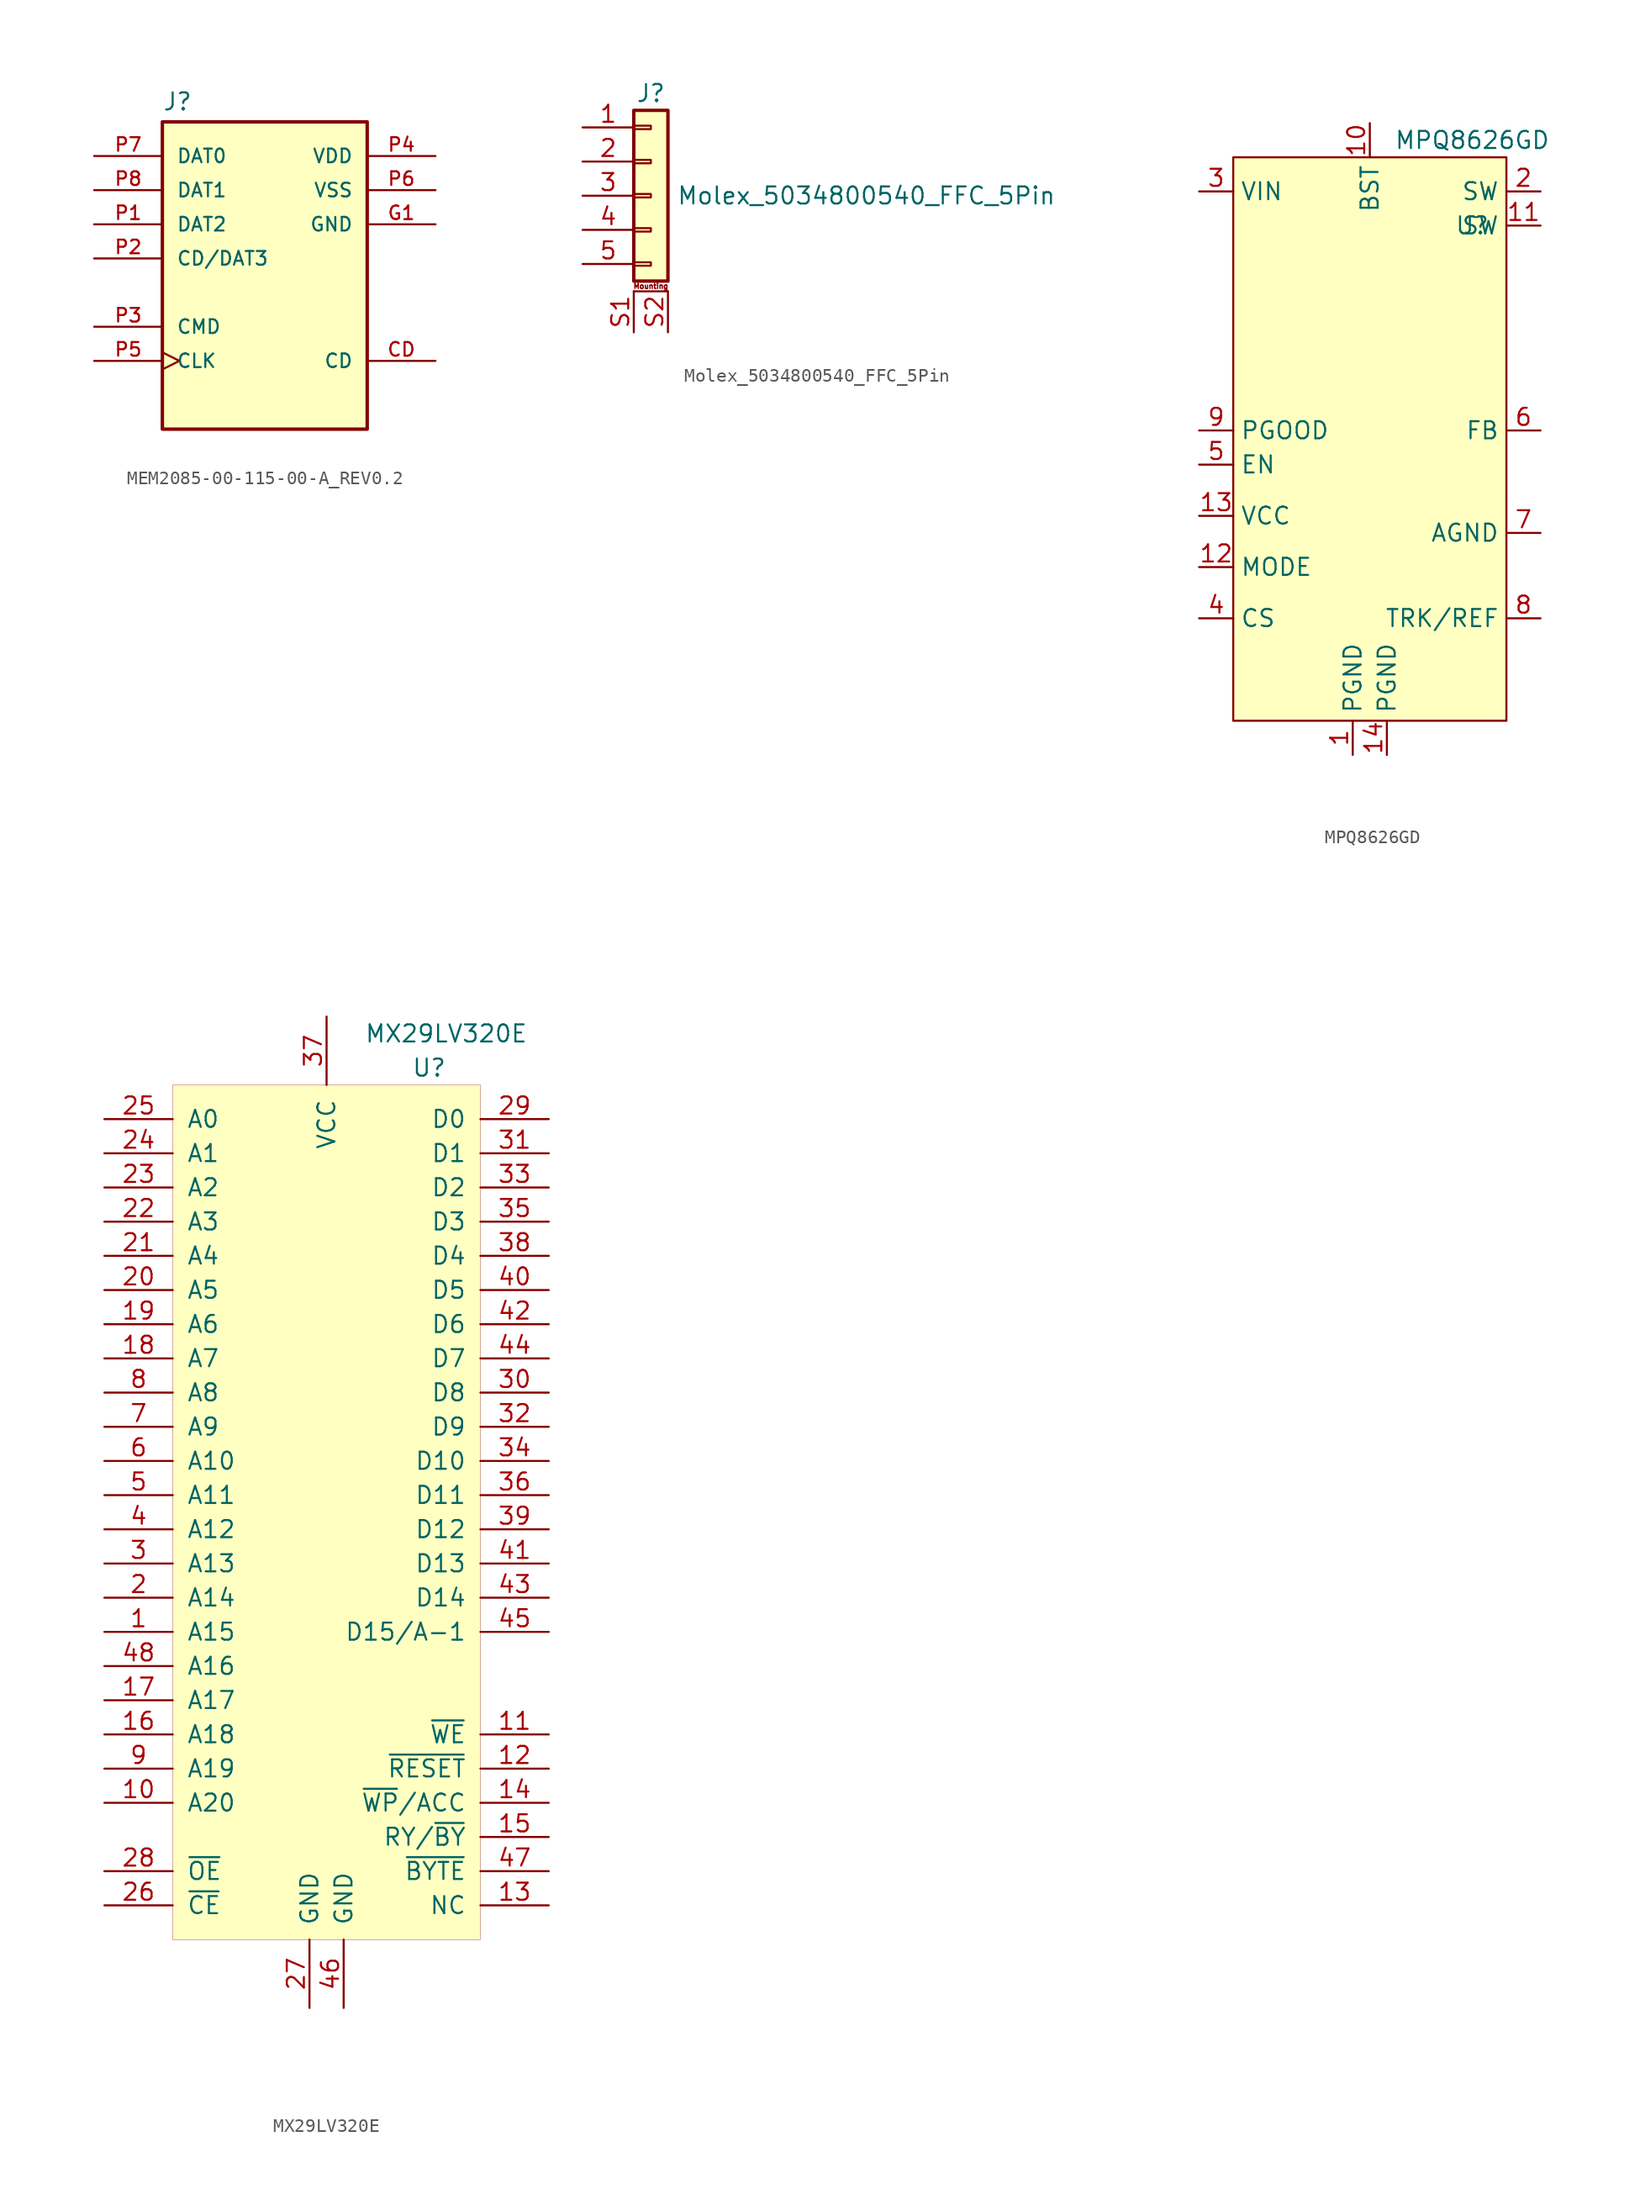
<source format=kicad_sym>
(kicad_symbol_lib
  (version 20220914)
  (generator kicad_symbol_editor)
  (symbol "MEM2085-00-115-00-A_REV0.2"
    (pin_names
      (offset 1.016))
    (property "Reference" "J"
      (at -7.62 16.002 0)
      (effects (font (size 1.27 1.27)) (justify left bottom)))
    (symbol "MEM2085-00-115-00-A_REV0.2_0_0"
      (rectangle (start -7.62 15.24) (end 7.62 -7.62) (stroke (width 0.254) (type default)) (fill (type background)))
      (pin bidirectional line (at 12.7 -2.54 180) (length 5.08) (name "CD" (effects (font (size 1.016 1.016)))) (number "CD" (effects (font (size 1.016 1.016)))))
      (pin power_in line (at 12.7 7.62 180) (length 5.08) (name "GND" (effects (font (size 1.016 1.016)))) (number "G1" (effects (font (size 1.016 1.016)))))
      (pin bidirectional line (at -12.7 7.62 0) (length 5.08) (name "DAT2" (effects (font (size 1.016 1.016)))) (number "P1" (effects (font (size 1.016 1.016)))))
      (pin bidirectional line (at -12.7 5.08 0) (length 5.08) (name "CD/DAT3" (effects (font (size 1.016 1.016)))) (number "P2" (effects (font (size 1.016 1.016)))))
      (pin bidirectional line (at -12.7 0 0) (length 5.08) (name "CMD" (effects (font (size 1.016 1.016)))) (number "P3" (effects (font (size 1.016 1.016)))))
      (pin power_in line (at 12.7 12.7 180) (length 5.08) (name "VDD" (effects (font (size 1.016 1.016)))) (number "P4" (effects (font (size 1.016 1.016)))))
      (pin bidirectional clock (at -12.7 -2.54 0) (length 5.08) (name "CLK" (effects (font (size 1.016 1.016)))) (number "P5" (effects (font (size 1.016 1.016)))))
      (pin power_in line (at 12.7 10.16 180) (length 5.08) (name "VSS" (effects (font (size 1.016 1.016)))) (number "P6" (effects (font (size 1.016 1.016)))))
      (pin bidirectional line (at -12.7 12.7 0) (length 5.08) (name "DAT0" (effects (font (size 1.016 1.016)))) (number "P7" (effects (font (size 1.016 1.016)))))
      (pin bidirectional line (at -12.7 10.16 0) (length 5.08) (name "DAT1" (effects (font (size 1.016 1.016)))) (number "P8" (effects (font (size 1.016 1.016))))))
    (symbol "MEM2085-00-115-00-A_REV0.2_1_0"
      (pin power_in line (at 12.7 7.62 180) (length 5.08) hide (name "GND__9" (effects (font (size 1.016 1.016)))) (number "G10" (effects (font (size 1.016 1.016)))))
      (pin power_in line (at 12.7 7.62 180) (length 5.08) hide (name "GND__1" (effects (font (size 1.016 1.016)))) (number "G2" (effects (font (size 1.016 1.016)))))
      (pin power_in line (at 12.7 7.62 180) (length 5.08) hide (name "GND__2" (effects (font (size 1.016 1.016)))) (number "G3" (effects (font (size 1.016 1.016)))))
      (pin power_in line (at 12.7 7.62 180) (length 5.08) hide (name "GND__3" (effects (font (size 1.016 1.016)))) (number "G4" (effects (font (size 1.016 1.016)))))
      (pin power_in line (at 12.7 7.62 180) (length 5.08) hide (name "GND__4" (effects (font (size 1.016 1.016)))) (number "G5" (effects (font (size 1.016 1.016)))))
      (pin power_in line (at 12.7 7.62 180) (length 5.08) hide (name "GND__5" (effects (font (size 1.016 1.016)))) (number "G6" (effects (font (size 1.016 1.016)))))
      (pin power_in line (at 12.7 7.62 180) (length 5.08) hide (name "GND__6" (effects (font (size 1.016 1.016)))) (number "G7" (effects (font (size 1.016 1.016)))))
      (pin power_in line (at 12.7 7.62 180) (length 5.08) hide (name "GND__7" (effects (font (size 1.016 1.016)))) (number "G8" (effects (font (size 1.016 1.016)))))
      (pin power_in line (at 12.7 7.62 180) (length 5.08) hide (name "GND__8" (effects (font (size 1.016 1.016)))) (number "G9" (effects (font (size 1.016 1.016)))))))
  (symbol "Molex_5034800540_FFC_5Pin"
    (pin_names
      (offset 1.016) hide)
    (property "Reference" "J"
      (at 0 7.62 0)
      (effects (font (size 1.27 1.27))))
    (property "Value" "Molex_5034800540_FFC_5Pin"
      (at 1.905 0 0)
      (effects (font (size 1.27 1.27)) (justify left)))
    (symbol "Molex_5034800540_FFC_5Pin_1_1"
      (rectangle (start -1.27 -4.953) (end 0 -5.207) (stroke (width 0.152) (type default)) (fill (type none)))
      (rectangle (start -1.27 -2.413) (end 0 -2.667) (stroke (width 0.152) (type default)) (fill (type none)))
      (rectangle (start -1.27 0.127) (end 0 -0.127) (stroke (width 0.152) (type default)) (fill (type none)))
      (rectangle (start -1.27 2.667) (end 0 2.413) (stroke (width 0.152) (type default)) (fill (type none)))
      (rectangle (start -1.27 5.207) (end 0 4.953) (stroke (width 0.152) (type default)) (fill (type none)))
      (rectangle (start -1.27 6.35) (end 1.27 -6.35) (stroke (width 0.254) (type default)) (fill (type background)))
      (polyline (pts (xy -1.27 -7.112) (xy 1.27 -7.112)) (stroke (width 0.152) (type default)) (fill (type none)))
      (text "Mounting" (at 0 -6.731 0) (effects (font (size 0.381 0.381))))
      (pin passive line (at -5.08 5.08 0) (length 3.81) (name "Pin_1" (effects (font (size 1.27 1.27)))) (number "1" (effects (font (size 1.27 1.27)))))
      (pin passive line (at -5.08 2.54 0) (length 3.81) (name "Pin_2" (effects (font (size 1.27 1.27)))) (number "2" (effects (font (size 1.27 1.27)))))
      (pin passive line (at -5.08 0 0) (length 3.81) (name "Pin_3" (effects (font (size 1.27 1.27)))) (number "3" (effects (font (size 1.27 1.27)))))
      (pin passive line (at -5.08 -2.54 0) (length 3.81) (name "Pin_4" (effects (font (size 1.27 1.27)))) (number "4" (effects (font (size 1.27 1.27)))))
      (pin passive line (at -5.08 -5.08 0) (length 3.81) (name "Pin_5" (effects (font (size 1.27 1.27)))) (number "5" (effects (font (size 1.27 1.27)))))
      (pin passive line (at -1.27 -10.16 90) (length 3.048) (name "MountPin" (effects (font (size 1.27 1.27)))) (number "S1" (effects (font (size 1.27 1.27)))))
      (pin passive line (at 1.27 -10.16 90) (length 3.048) (name "MountPin" (effects (font (size 1.27 1.27)))) (number "S2" (effects (font (size 1.27 1.27)))))))
  (symbol "MPQ8626GD"
    (property "Reference" "U"
      (at 17.78 1.27 0)
      (effects (font (size 1.27 1.27))))
    (property "Value" "MPQ8626GD"
      (at 17.78 7.62 0)
      (effects (font (size 1.27 1.27))))
    (symbol "MPQ8626GD_1_1"
      (rectangle (start 0 6.35) (end 20.32 -35.56) (stroke (width 0) (type default)) (fill (type background)))
      (pin passive line (at 8.89 -38.1 90) (length 2.54) (name "PGND" (effects (font (size 1.27 1.27)))) (number "1" (effects (font (size 1.27 1.27)))))
      (pin passive line (at 10.16 8.89 270) (length 2.54) (name "BST" (effects (font (size 1.27 1.27)))) (number "10" (effects (font (size 1.27 1.27)))))
      (pin output line (at 22.86 1.27 180) (length 2.54) (name "SW" (effects (font (size 1.27 1.27)))) (number "11" (effects (font (size 1.27 1.27)))))
      (pin input line (at -2.54 -24.13 0) (length 2.54) (name "MODE" (effects (font (size 1.27 1.27)))) (number "12" (effects (font (size 1.27 1.27)))))
      (pin passive line (at -2.54 -20.32 0) (length 2.54) (name "VCC" (effects (font (size 1.27 1.27)))) (number "13" (effects (font (size 1.27 1.27)))))
      (pin passive line (at 11.43 -38.1 90) (length 2.54) (name "PGND" (effects (font (size 1.27 1.27)))) (number "14" (effects (font (size 1.27 1.27)))))
      (pin output line (at 22.86 3.81 180) (length 2.54) (name "SW" (effects (font (size 1.27 1.27)))) (number "2" (effects (font (size 1.27 1.27)))))
      (pin input line (at -2.54 3.81 0) (length 2.54) (name "VIN" (effects (font (size 1.27 1.27)))) (number "3" (effects (font (size 1.27 1.27)))))
      (pin input line (at -2.54 -27.94 0) (length 2.54) (name "CS" (effects (font (size 1.27 1.27)))) (number "4" (effects (font (size 1.27 1.27)))))
      (pin input line (at -2.54 -16.51 0) (length 2.54) (name "EN" (effects (font (size 1.27 1.27)))) (number "5" (effects (font (size 1.27 1.27)))))
      (pin input line (at 22.86 -13.97 180) (length 2.54) (name "FB" (effects (font (size 1.27 1.27)))) (number "6" (effects (font (size 1.27 1.27)))))
      (pin passive line (at 22.86 -21.59 180) (length 2.54) (name "AGND" (effects (font (size 1.27 1.27)))) (number "7" (effects (font (size 1.27 1.27)))))
      (pin passive line (at 22.86 -27.94 180) (length 2.54) (name "TRK/REF" (effects (font (size 1.27 1.27)))) (number "8" (effects (font (size 1.27 1.27)))))
      (pin open_collector line (at -2.54 -13.97 0) (length 2.54) (name "PGOOD" (effects (font (size 1.27 1.27)))) (number "9" (effects (font (size 1.27 1.27)))))))
  (symbol "MX29LV320E"
    (pin_names
      (offset 1.016))
    (property "Reference" "U"
      (at 24.13 3.81 0)
      (effects (font (size 1.27 1.27))))
    (property "Value" "MX29LV320E"
      (at 25.4 6.35 0)
      (effects (font (size 1.27 1.27))))
    (symbol "MX29LV320E_0_0"
      (pin passive line (at 0 -38.1 0) (length 5.08) (name "A15" (effects (font (size 1.27 1.27)))) (number "1" (effects (font (size 1.27 1.27)))))
      (pin passive line (at 0 -50.8 0) (length 5.08) (name "A20" (effects (font (size 1.27 1.27)))) (number "10" (effects (font (size 1.27 1.27)))))
      (pin passive line (at 33.02 -45.72 180) (length 5.08) (name "~{WE}" (effects (font (size 1.27 1.27)))) (number "11" (effects (font (size 1.27 1.27)))))
      (pin passive line (at 33.02 -48.26 180) (length 5.08) (name "~{RESET}" (effects (font (size 1.27 1.27)))) (number "12" (effects (font (size 1.27 1.27)))))
      (pin passive line (at 33.02 -58.42 180) (length 5.08) (name "NC" (effects (font (size 1.27 1.27)))) (number "13" (effects (font (size 1.27 1.27)))))
      (pin passive line (at 33.02 -50.8 180) (length 5.08) (name "~{WP}/ACC" (effects (font (size 1.27 1.27)))) (number "14" (effects (font (size 1.27 1.27)))))
      (pin passive line (at 33.02 -53.34 180) (length 5.08) (name "RY/~{BY}" (effects (font (size 1.27 1.27)))) (number "15" (effects (font (size 1.27 1.27)))))
      (pin passive line (at 0 -45.72 0) (length 5.08) (name "A18" (effects (font (size 1.27 1.27)))) (number "16" (effects (font (size 1.27 1.27)))))
      (pin passive line (at 0 -43.18 0) (length 5.08) (name "A17" (effects (font (size 1.27 1.27)))) (number "17" (effects (font (size 1.27 1.27)))))
      (pin passive line (at 0 -17.78 0) (length 5.08) (name "A7" (effects (font (size 1.27 1.27)))) (number "18" (effects (font (size 1.27 1.27)))))
      (pin passive line (at 0 -15.24 0) (length 5.08) (name "A6" (effects (font (size 1.27 1.27)))) (number "19" (effects (font (size 1.27 1.27)))))
      (pin passive line (at 0 -35.56 0) (length 5.08) (name "A14" (effects (font (size 1.27 1.27)))) (number "2" (effects (font (size 1.27 1.27)))))
      (pin passive line (at 0 -12.7 0) (length 5.08) (name "A5" (effects (font (size 1.27 1.27)))) (number "20" (effects (font (size 1.27 1.27)))))
      (pin passive line (at 0 -10.16 0) (length 5.08) (name "A4" (effects (font (size 1.27 1.27)))) (number "21" (effects (font (size 1.27 1.27)))))
      (pin passive line (at 0 -7.62 0) (length 5.08) (name "A3" (effects (font (size 1.27 1.27)))) (number "22" (effects (font (size 1.27 1.27)))))
      (pin passive line (at 0 -5.08 0) (length 5.08) (name "A2" (effects (font (size 1.27 1.27)))) (number "23" (effects (font (size 1.27 1.27)))))
      (pin passive line (at 0 -2.54 0) (length 5.08) (name "A1" (effects (font (size 1.27 1.27)))) (number "24" (effects (font (size 1.27 1.27)))))
      (pin passive line (at 0 0 0) (length 5.08) (name "A0" (effects (font (size 1.27 1.27)))) (number "25" (effects (font (size 1.27 1.27)))))
      (pin passive line (at 0 -58.42 0) (length 5.08) (name "~{CE}" (effects (font (size 1.27 1.27)))) (number "26" (effects (font (size 1.27 1.27)))))
      (pin passive line (at 15.24 -66.04 90) (length 5.08) (name "GND" (effects (font (size 1.27 1.27)))) (number "27" (effects (font (size 1.27 1.27)))))
      (pin passive line (at 0 -55.88 0) (length 5.08) (name "~{OE}" (effects (font (size 1.27 1.27)))) (number "28" (effects (font (size 1.27 1.27)))))
      (pin passive line (at 33.02 0 180) (length 5.08) (name "D0" (effects (font (size 1.27 1.27)))) (number "29" (effects (font (size 1.27 1.27)))))
      (pin passive line (at 0 -33.02 0) (length 5.08) (name "A13" (effects (font (size 1.27 1.27)))) (number "3" (effects (font (size 1.27 1.27)))))
      (pin passive line (at 33.02 -20.32 180) (length 5.08) (name "D8" (effects (font (size 1.27 1.27)))) (number "30" (effects (font (size 1.27 1.27)))))
      (pin passive line (at 33.02 -2.54 180) (length 5.08) (name "D1" (effects (font (size 1.27 1.27)))) (number "31" (effects (font (size 1.27 1.27)))))
      (pin passive line (at 33.02 -22.86 180) (length 5.08) (name "D9" (effects (font (size 1.27 1.27)))) (number "32" (effects (font (size 1.27 1.27)))))
      (pin passive line (at 33.02 -5.08 180) (length 5.08) (name "D2" (effects (font (size 1.27 1.27)))) (number "33" (effects (font (size 1.27 1.27)))))
      (pin passive line (at 33.02 -25.4 180) (length 5.08) (name "D10" (effects (font (size 1.27 1.27)))) (number "34" (effects (font (size 1.27 1.27)))))
      (pin passive line (at 33.02 -7.62 180) (length 5.08) (name "D3" (effects (font (size 1.27 1.27)))) (number "35" (effects (font (size 1.27 1.27)))))
      (pin passive line (at 33.02 -27.94 180) (length 5.08) (name "D11" (effects (font (size 1.27 1.27)))) (number "36" (effects (font (size 1.27 1.27)))))
      (pin passive line (at 16.51 7.62 270) (length 5.08) (name "VCC" (effects (font (size 1.27 1.27)))) (number "37" (effects (font (size 1.27 1.27)))))
      (pin passive line (at 33.02 -10.16 180) (length 5.08) (name "D4" (effects (font (size 1.27 1.27)))) (number "38" (effects (font (size 1.27 1.27)))))
      (pin passive line (at 33.02 -30.48 180) (length 5.08) (name "D12" (effects (font (size 1.27 1.27)))) (number "39" (effects (font (size 1.27 1.27)))))
      (pin passive line (at 0 -30.48 0) (length 5.08) (name "A12" (effects (font (size 1.27 1.27)))) (number "4" (effects (font (size 1.27 1.27)))))
      (pin passive line (at 33.02 -12.7 180) (length 5.08) (name "D5" (effects (font (size 1.27 1.27)))) (number "40" (effects (font (size 1.27 1.27)))))
      (pin passive line (at 33.02 -33.02 180) (length 5.08) (name "D13" (effects (font (size 1.27 1.27)))) (number "41" (effects (font (size 1.27 1.27)))))
      (pin passive line (at 33.02 -15.24 180) (length 5.08) (name "D6" (effects (font (size 1.27 1.27)))) (number "42" (effects (font (size 1.27 1.27)))))
      (pin passive line (at 33.02 -35.56 180) (length 5.08) (name "D14" (effects (font (size 1.27 1.27)))) (number "43" (effects (font (size 1.27 1.27)))))
      (pin passive line (at 33.02 -17.78 180) (length 5.08) (name "D7" (effects (font (size 1.27 1.27)))) (number "44" (effects (font (size 1.27 1.27)))))
      (pin passive line (at 33.02 -38.1 180) (length 5.08) (name "D15/A-1" (effects (font (size 1.27 1.27)))) (number "45" (effects (font (size 1.27 1.27)))))
      (pin passive line (at 17.78 -66.04 90) (length 5.08) (name "GND" (effects (font (size 1.27 1.27)))) (number "46" (effects (font (size 1.27 1.27)))))
      (pin passive line (at 33.02 -55.88 180) (length 5.08) (name "~{BYTE}" (effects (font (size 1.27 1.27)))) (number "47" (effects (font (size 1.27 1.27)))))
      (pin passive line (at 0 -40.64 0) (length 5.08) (name "A16" (effects (font (size 1.27 1.27)))) (number "48" (effects (font (size 1.27 1.27)))))
      (pin passive line (at 0 -27.94 0) (length 5.08) (name "A11" (effects (font (size 1.27 1.27)))) (number "5" (effects (font (size 1.27 1.27)))))
      (pin passive line (at 0 -25.4 0) (length 5.08) (name "A10" (effects (font (size 1.27 1.27)))) (number "6" (effects (font (size 1.27 1.27)))))
      (pin passive line (at 0 -22.86 0) (length 5.08) (name "A9" (effects (font (size 1.27 1.27)))) (number "7" (effects (font (size 1.27 1.27)))))
      (pin passive line (at 0 -20.32 0) (length 5.08) (name "A8" (effects (font (size 1.27 1.27)))) (number "8" (effects (font (size 1.27 1.27)))))
      (pin passive line (at 0 -48.26 0) (length 5.08) (name "A19" (effects (font (size 1.27 1.27)))) (number "9" (effects (font (size 1.27 1.27))))))
    (symbol "MX29LV320E_0_1"
      (rectangle (start 5.08 2.54) (end 27.94 -60.96) (stroke (width 0.001) (type default)) (fill (type background))))))
</source>
